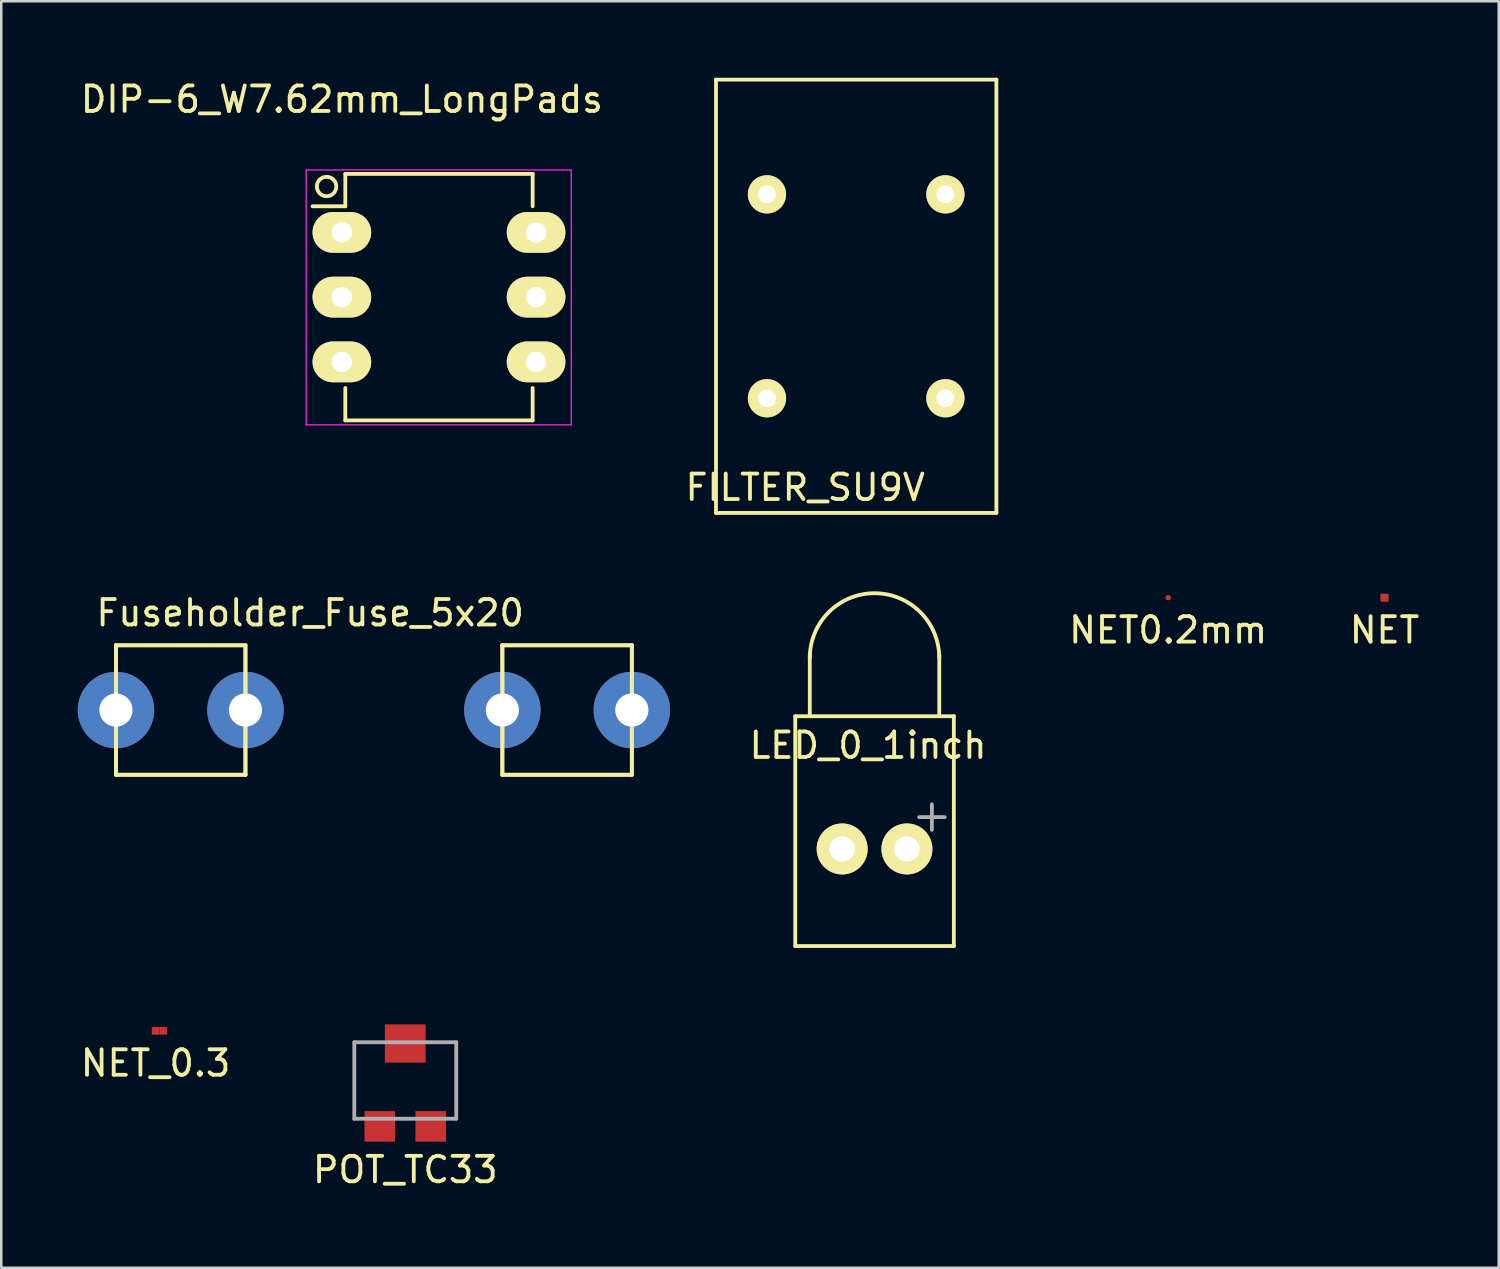
<source format=kicad_pcb>
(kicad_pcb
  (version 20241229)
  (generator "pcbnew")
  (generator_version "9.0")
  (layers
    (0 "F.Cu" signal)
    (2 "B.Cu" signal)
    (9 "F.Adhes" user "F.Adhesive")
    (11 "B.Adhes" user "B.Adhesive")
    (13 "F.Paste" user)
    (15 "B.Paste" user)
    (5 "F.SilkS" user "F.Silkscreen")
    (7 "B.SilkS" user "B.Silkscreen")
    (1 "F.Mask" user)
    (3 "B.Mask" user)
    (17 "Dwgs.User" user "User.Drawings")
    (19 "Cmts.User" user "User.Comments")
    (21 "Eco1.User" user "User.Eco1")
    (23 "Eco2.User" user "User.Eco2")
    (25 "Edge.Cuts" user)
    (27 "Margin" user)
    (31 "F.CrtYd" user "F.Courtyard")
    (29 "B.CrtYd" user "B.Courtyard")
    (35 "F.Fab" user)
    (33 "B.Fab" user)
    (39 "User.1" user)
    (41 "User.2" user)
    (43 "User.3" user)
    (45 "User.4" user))
  (footprint "NET"
    (layer "F.Cu")
    (at 51.27 20.4)
    (property "Reference" "NET" (at 0 1.27 0) (layer "F.SilkS") (effects (font (size 1 1) (thickness 0.15))))
    (attr through_hole)
    (pad "1" smd rect (at 0 0) (size 0.3 0.3) (layers "F.Cu" "F.Mask" "F.Paste"))
    (pad "2" smd rect (at 0 0) (size 0.3 0.3) (layers "F.Cu" "F.Mask" "F.Paste")))
  (footprint "FILTER_SU9V"
    (layer "F.Cu")
    (at 30.542 8.575)
    (property "Reference" "FILTER_SU9V" (at -2 7.5 0) (layer "F.SilkS") (effects (font (size 1 1) (thickness 0.15))))
    (attr through_hole)
    (fp_line (start -5.5 -8.5) (end -5.5 8.5) (stroke (width 0.15) (type solid)) (layer "F.SilkS"))
    (fp_line (start -5.5 8.5) (end 5.5 8.5) (stroke (width 0.15) (type solid)) (layer "F.SilkS"))
    (fp_line (start 5.5 -8.5) (end -5.5 -8.5) (stroke (width 0.15) (type solid)) (layer "F.SilkS"))
    (fp_line (start 5.5 8.5) (end 5.5 -8.5) (stroke (width 0.15) (type solid)) (layer "F.SilkS"))
    (pad "1" thru_hole circle (at -3.5 -4) (size 1.5 1.5) (drill 0.7) (layers "*.Cu" "*.Mask" "F.SilkS"))
    (pad "2" thru_hole circle (at 3.5 -4) (size 1.5 1.5) (drill 0.7) (layers "*.Cu" "*.Mask" "F.SilkS"))
    (pad "3" thru_hole circle (at 3.5 4) (size 1.5 1.5) (drill 0.7) (layers "*.Cu" "*.Mask" "F.SilkS"))
    (pad "4" thru_hole circle (at -3.5 4) (size 1.5 1.5) (drill 0.7) (layers "*.Cu" "*.Mask" "F.SilkS")))
  (footprint "Fuseholder_Fuse_5x20"
    (layer "F.Cu")
    (at 11.62 24.808)
    (property "Reference" "Fuseholder_Fuse_5x20" (at -2.5 -3.81 0) (layer "F.SilkS") (effects (font (size 1 1) (thickness 0.15))))
    (attr through_hole)
    (fp_line (start -10.12 -2.54) (end -5.04 -2.54) (stroke (width 0.15) (type solid)) (layer "F.SilkS"))
    (fp_line (start -10.12 -2.54) (end -5.04 -2.54) (stroke (width 0.15) (type solid)) (layer "F.SilkS"))
    (fp_line (start -10.12 0) (end -10.12 -2.54) (stroke (width 0.15) (type solid)) (layer "F.SilkS"))
    (fp_line (start -10.12 0) (end -10.12 -2.54) (stroke (width 0.15) (type solid)) (layer "F.SilkS"))
    (fp_line (start -10.12 2.54) (end -10.12 0) (stroke (width 0.15) (type solid)) (layer "F.SilkS"))
    (fp_line (start -10.12 2.54) (end -10.12 0) (stroke (width 0.15) (type solid)) (layer "F.SilkS"))
    (fp_line (start -5.04 -2.54) (end -5.04 0) (stroke (width 0.15) (type solid)) (layer "F.SilkS"))
    (fp_line (start -5.04 -2.54) (end -5.04 0) (stroke (width 0.15) (type solid)) (layer "F.SilkS"))
    (fp_line (start -5.04 0) (end -5.04 2.54) (stroke (width 0.15) (type solid)) (layer "F.SilkS"))
    (fp_line (start -5.04 0) (end -5.04 2.54) (stroke (width 0.15) (type solid)) (layer "F.SilkS"))
    (fp_line (start -5.04 2.54) (end -10.12 2.54) (stroke (width 0.15) (type solid)) (layer "F.SilkS"))
    (fp_line (start -5.04 2.54) (end -10.12 2.54) (stroke (width 0.15) (type solid)) (layer "F.SilkS"))
    (fp_line (start 5.04 -2.54) (end 10.12 -2.54) (stroke (width 0.15) (type solid)) (layer "F.SilkS"))
    (fp_line (start 5.04 -2.54) (end 10.12 -2.54) (stroke (width 0.15) (type solid)) (layer "F.SilkS"))
    (fp_line (start 5.04 0) (end 5.04 -2.54) (stroke (width 0.15) (type solid)) (layer "F.SilkS"))
    (fp_line (start 5.04 0) (end 5.04 -2.54) (stroke (width 0.15) (type solid)) (layer "F.SilkS"))
    (fp_line (start 5.04 2.54) (end 5.04 0) (stroke (width 0.15) (type solid)) (layer "F.SilkS"))
    (fp_line (start 5.04 2.54) (end 5.04 0) (stroke (width 0.15) (type solid)) (layer "F.SilkS"))
    (fp_line (start 10.12 -2.54) (end 10.12 0) (stroke (width 0.15) (type solid)) (layer "F.SilkS"))
    (fp_line (start 10.12 -2.54) (end 10.12 0) (stroke (width 0.15) (type solid)) (layer "F.SilkS"))
    (fp_line (start 10.12 0) (end 10.12 2.54) (stroke (width 0.15) (type solid)) (layer "F.SilkS"))
    (fp_line (start 10.12 0) (end 10.12 2.54) (stroke (width 0.15) (type solid)) (layer "F.SilkS"))
    (fp_line (start 10.12 2.54) (end 5.04 2.54) (stroke (width 0.15) (type solid)) (layer "F.SilkS"))
    (fp_line (start 10.12 2.54) (end 5.04 2.54) (stroke (width 0.15) (type solid)) (layer "F.SilkS"))
    (pad "1" thru_hole circle (at -10.12 0) (size 3 3) (drill 1.3) (layers "*.Cu" "*.Mask"))
    (pad "1" thru_hole circle (at -5.04 0) (size 3 3) (drill 1.3) (layers "*.Cu" "*.Mask"))
    (pad "2" thru_hole circle (at 5.04 0) (size 3 3) (drill 1.3) (layers "*.Cu" "*.Mask"))
    (pad "2" thru_hole circle (at 10.12 0) (size 3 3) (drill 1.3) (layers "*.Cu" "*.Mask")))
  (footprint "LED_0_1inch"
    (layer "F.Cu")
    (at 31.262 30.258)
    (property "Reference" "LED_0_1inch" (at -0.254 -4.064 0) (layer "F.SilkS") (effects (font (size 1 1) (thickness 0.15))))
    (attr through_hole)
    (fp_line (start -3.111 -5.207) (end 3.111 -5.207) (stroke (width 0.15) (type solid)) (layer "F.SilkS"))
    (fp_line (start -3.111 3.81) (end -3.111 -5.207) (stroke (width 0.15) (type solid)) (layer "F.SilkS"))
    (fp_line (start -2.54 -5.207) (end -2.54 -7.62) (stroke (width 0.15) (type solid)) (layer "F.SilkS"))
    (fp_line (start 2.54 -7.62) (end 2.54 -5.207) (stroke (width 0.15) (type solid)) (layer "F.SilkS"))
    (fp_line (start 3.111 3.81) (end -3.111 3.81) (stroke (width 0.15) (type solid)) (layer "F.SilkS"))
    (fp_line (start 3.111 3.81) (end 3.111 -5.207) (stroke (width 0.15) (type solid)) (layer "F.SilkS"))
    (fp_arc (start -2.54 -7.493) (mid 0 -10.033) (end 2.54 -7.493) (stroke (width 0.15) (type solid)) (layer "F.SilkS"))
    (fp_line (start 1.75 -1.25) (end 2.75 -1.25) (stroke (width 0.15) (type solid)) (layer "F.Fab"))
    (fp_line (start 2.25 -0.75) (end 2.25 -1.75) (stroke (width 0.15) (type solid)) (layer "F.Fab"))
    (pad "1" thru_hole circle (at -1.27 0) (size 2 2) (drill 1) (layers "*.Cu" "*.Mask" "F.SilkS"))
    (pad "2" thru_hole circle (at 1.27 0) (size 2 2) (drill 1) (layers "*.Cu" "*.Mask" "F.SilkS")))
  (footprint "NET_0.3"
    (layer "F.Cu")
    (at 3.054 37.393)
    (property "Reference" "NET_0.3" (at 0 1.27 0) (layer "F.SilkS") (effects (font (size 1 1) (thickness 0.15))))
    (attr through_hole)
    (pad "1" smd rect (at 0 0) (size 0.3 0.3) (layers "F.Cu"))
    (pad "2" smd rect (at 0.3 0) (size 0.3 0.3) (layers "F.Cu")))
  (footprint "NET0.2mm"
    (layer "F.Cu")
    (at 42.782 20.4)
    (property "Reference" "NET0.2mm" (at 0 1.27 0) (layer "F.SilkS") (effects (font (size 1 1) (thickness 0.15))))
    (attr through_hole)
    (pad "1" smd circle (at 0 0) (size 0.2 0.2) (layers "F.Cu" "F.Mask" "F.Paste"))
    (pad "2" smd circle (at 0 0) (size 0.2 0.2) (layers "F.Cu" "F.Mask" "F.Paste")))
  (footprint "DIP-6_W7.62mm_LongPads"
    (layer "F.Cu")
    (at 10.363 6.068)
    (property "Reference" "DIP-6_W7.62mm_LongPads" (at 0 -5.22 0) (layer "F.SilkS") (effects (font (size 1 1) (thickness 0.15))))
    (attr through_hole)
    (fp_line (start 0.135 -2.295) (end 0.135 -1.025) (stroke (width 0.15) (type solid)) (layer "F.SilkS"))
    (fp_line (start 0.135 -2.295) (end 7.485 -2.295) (stroke (width 0.15) (type solid)) (layer "F.SilkS"))
    (fp_line (start 0.135 -1.025) (end -1.15 -1.025) (stroke (width 0.15) (type solid)) (layer "F.SilkS"))
    (fp_line (start 0.135 7.375) (end 0.135 6.105) (stroke (width 0.15) (type solid)) (layer "F.SilkS"))
    (fp_line (start 0.135 7.375) (end 7.485 7.375) (stroke (width 0.15) (type solid)) (layer "F.SilkS"))
    (fp_line (start 7.485 -2.295) (end 7.485 -1.025) (stroke (width 0.15) (type solid)) (layer "F.SilkS"))
    (fp_line (start 7.485 7.375) (end 7.485 6.105) (stroke (width 0.15) (type solid)) (layer "F.SilkS"))
    (fp_circle (center -0.6 -1.8) (end -0.45 -1.45) (stroke (width 0.15) (type solid)) (fill no) (layer "F.SilkS"))
    (fp_line (start -1.4 -2.45) (end -1.4 7.55) (stroke (width 0.05) (type solid)) (layer "F.CrtYd"))
    (fp_line (start -1.4 -2.45) (end 9 -2.45) (stroke (width 0.05) (type solid)) (layer "F.CrtYd"))
    (fp_line (start -1.4 7.55) (end 9 7.55) (stroke (width 0.05) (type solid)) (layer "F.CrtYd"))
    (fp_line (start 9 -2.45) (end 9 7.55) (stroke (width 0.05) (type solid)) (layer "F.CrtYd"))
    (pad "1" thru_hole oval (at 0 0) (size 2.3 1.6) (drill 0.8) (layers "*.Cu" "*.Mask" "F.SilkS"))
    (pad "2" thru_hole oval (at 0 2.54) (size 2.3 1.6) (drill 0.8) (layers "*.Cu" "*.Mask" "F.SilkS"))
    (pad "3" thru_hole oval (at 0 5.08) (size 2.3 1.6) (drill 0.8) (layers "*.Cu" "*.Mask" "F.SilkS"))
    (pad "4" thru_hole oval (at 7.62 5.08) (size 2.3 1.6) (drill 0.8) (layers "*.Cu" "*.Mask" "F.SilkS"))
    (pad "5" thru_hole oval (at 7.62 2.54) (size 2.3 1.6) (drill 0.8) (layers "*.Cu" "*.Mask" "F.SilkS"))
    (pad "6" thru_hole oval (at 7.62 0) (size 2.3 1.6) (drill 0.8) (layers "*.Cu" "*.Mask" "F.SilkS")))
  (footprint "POT_TC33"
    (layer "F.Cu")
    (at 12.851 39.343)
    (property "Reference" "POT_TC33" (at 0 3.5 0) (layer "F.SilkS") (effects (font (size 1 1) (thickness 0.15))))
    (attr through_hole)
    (fp_line (start -2 -1.5) (end -2 1.5) (stroke (width 0.15) (type solid)) (layer "F.Fab"))
    (fp_line (start -2 1.5) (end 2 1.5) (stroke (width 0.15) (type solid)) (layer "F.Fab"))
    (fp_line (start 2 -1.5) (end -2 -1.5) (stroke (width 0.15) (type solid)) (layer "F.Fab"))
    (fp_line (start 2 1.5) (end 2 -1.5) (stroke (width 0.15) (type solid)) (layer "F.Fab"))
    (pad "1" smd rect (at -1 1.8) (size 1.2 1.2) (layers "F.Cu" "F.Mask" "F.Paste"))
    (pad "2" smd rect (at 0 -1.45) (size 1.6 1.5) (layers "F.Cu" "F.Mask" "F.Paste"))
    (pad "3" smd rect (at 1 1.8) (size 1.2 1.2) (layers "F.Cu" "F.Mask" "F.Paste")))
  (gr_rect
    (start -3 -3)
    (end 55.752 46.691)
    (stroke (width 0.1) (type default))
    (fill no)
    (layer "Edge.Cuts")))
</source>
